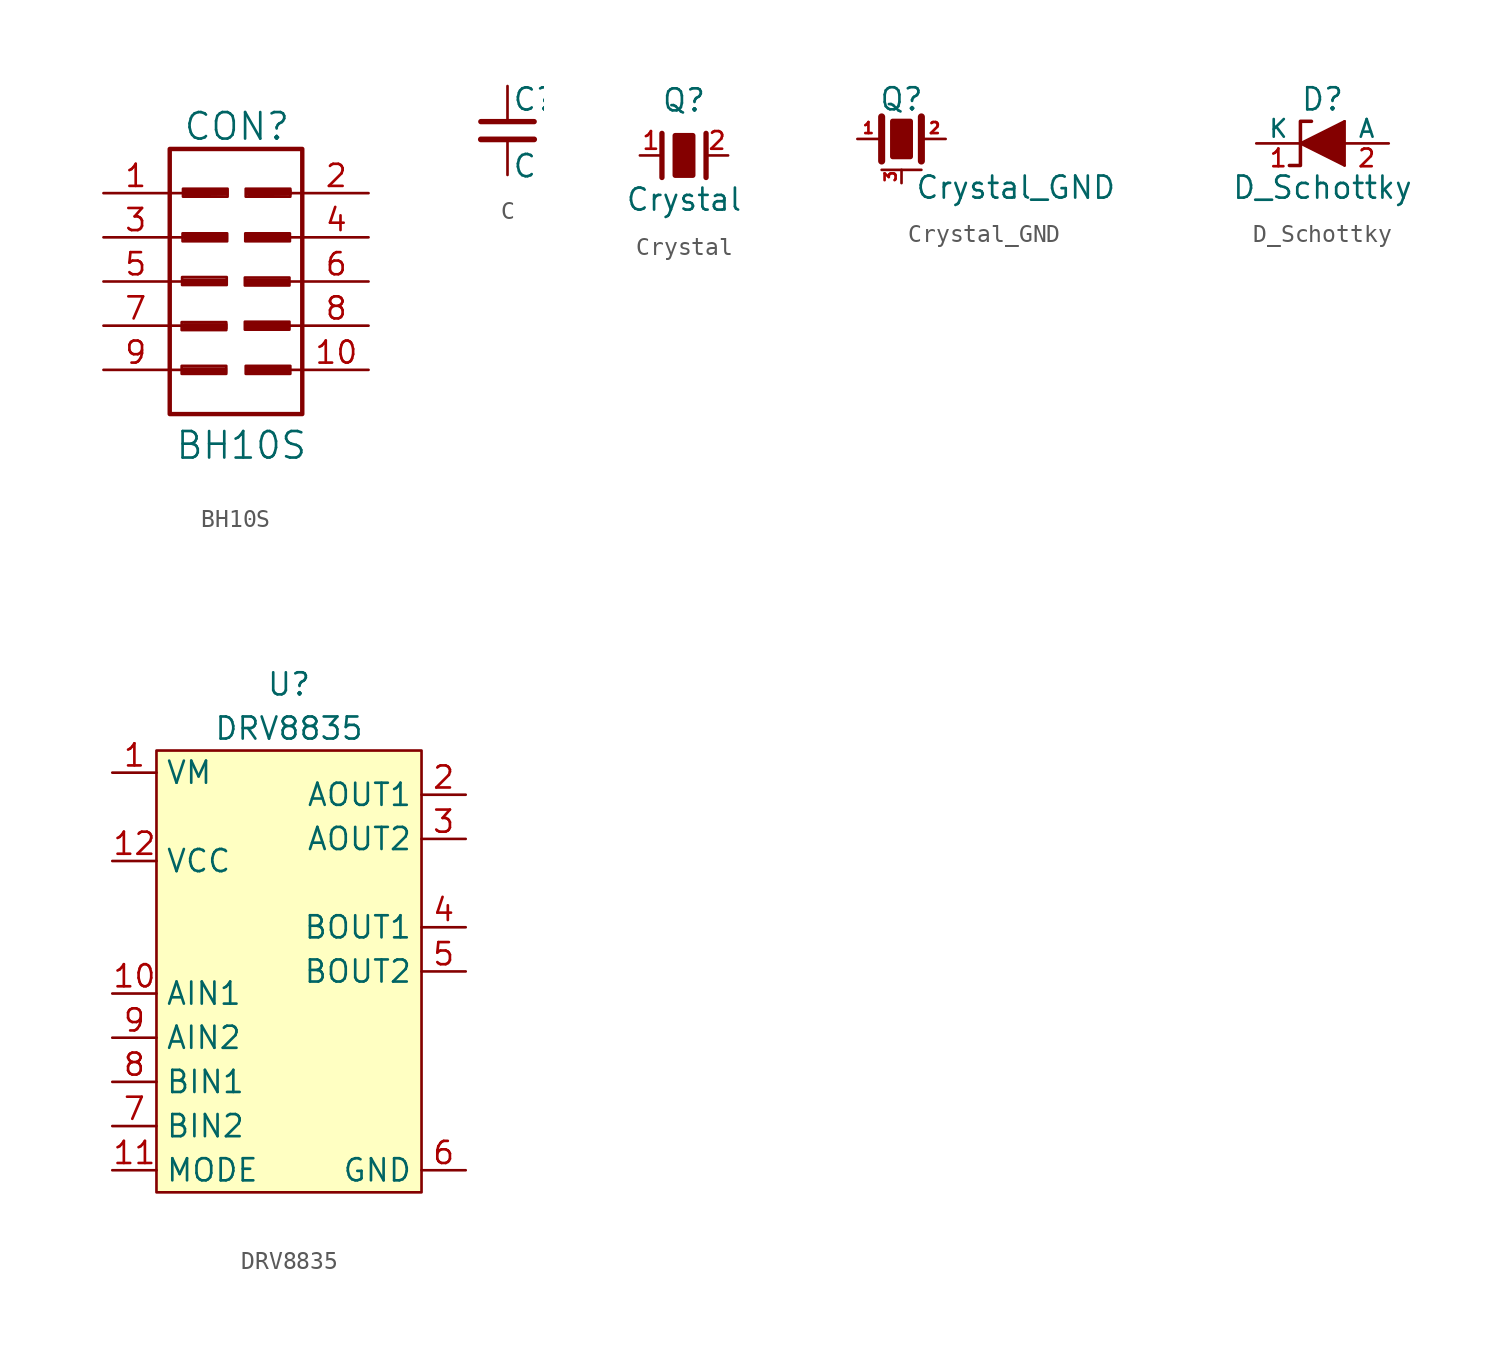
<source format=kicad_sym>
(kicad_symbol_lib
  (version 20211014)
  (generator kicad_symbol_editor)
  (symbol "BH10S"
    (pin_names
      (offset 1.016) hide)
    (property "Reference" "CON"
      (at 0.051 8.915 0)
      (effects (font (size 1.524 1.524))))
    (property "Value" "BH10S"
      (at 0.305 -9.423 0)
      (effects (font (size 1.524 1.524))))
    (property "Footprint" ""
      (at -0.203 -1.194 0)
      (effects (font (size 1.524 1.524))))
    (property "Datasheet" ""
      (at -0.203 -1.194 0)
      (effects (font (size 1.524 1.524))))
    (symbol "BH10S_0_0"
      (rectangle (start -3.124 -4.851) (end -0.559 -5.309) (stroke (width 0) (type default) (color 0 0 0 0)) (fill (type none)))
      (rectangle (start -3.124 -2.337) (end -0.559 -2.794) (stroke (width 0) (type default) (color 0 0 0 0)) (fill (type none)))
      (rectangle (start -3.099 0.254) (end -0.533 -0.203) (stroke (width 0) (type default) (color 0 0 0 0)) (fill (type none)))
      (rectangle (start -3.073 2.769) (end -0.508 2.311) (stroke (width 0) (type default) (color 0 0 0 0)) (fill (type none)))
      (rectangle (start -3.048 5.334) (end -0.483 4.877) (stroke (width 0) (type default) (color 0 0 0 0)) (fill (type none)))
      (polyline (pts (xy -3.023 -5.004) (xy -0.584 -5.004) (xy -0.584 -5.232) (xy -2.997 -5.258) (xy -3.023 -5.08) (xy -0.711 -5.08) (xy -0.711 -5.156) (xy -2.997 -5.105)) (stroke (width 0) (type default) (color 0 0 0 0)) (fill (type none)))
      (polyline (pts (xy -3.023 0.102) (xy -0.584 0.102) (xy -0.584 -0.127) (xy -2.997 -0.152) (xy -3.023 0.025) (xy -0.711 0.025) (xy -0.711 -0.051) (xy -2.997 0)) (stroke (width 0) (type default) (color 0 0 0 0)) (fill (type none)))
      (polyline (pts (xy -2.997 -2.464) (xy -0.559 -2.464) (xy -0.559 -2.692) (xy -2.972 -2.718) (xy -2.997 -2.54) (xy -0.686 -2.54) (xy -0.686 -2.616) (xy -2.972 -2.565)) (stroke (width 0) (type default) (color 0 0 0 0)) (fill (type none)))
      (polyline (pts (xy -2.972 2.667) (xy -0.533 2.667) (xy -0.533 2.438) (xy -2.946 2.413) (xy -2.972 2.591) (xy -0.66 2.591) (xy -0.66 2.515) (xy -2.946 2.565)) (stroke (width 0) (type default) (color 0 0 0 0)) (fill (type none)))
      (polyline (pts (xy -2.946 5.232) (xy -0.508 5.232) (xy -0.508 5.004) (xy -2.921 4.978) (xy -2.946 5.156) (xy -0.635 5.156) (xy -0.635 5.08) (xy -2.921 5.131)) (stroke (width 0) (type default) (color 0 0 0 0)) (fill (type none)))
      (polyline (pts (xy 0.559 0.102) (xy 2.997 0.102) (xy 2.997 -0.127) (xy 0.584 -0.152) (xy 0.559 0.025) (xy 2.87 0.025) (xy 2.87 -0.051) (xy 0.584 0)) (stroke (width 0) (type default) (color 0 0 0 0)) (fill (type none)))
      (polyline (pts (xy 0.584 -2.438) (xy 3.023 -2.438) (xy 3.023 -2.667) (xy 0.61 -2.692) (xy 0.584 -2.515) (xy 2.896 -2.515) (xy 2.896 -2.591) (xy 0.61 -2.54)) (stroke (width 0) (type default) (color 0 0 0 0)) (fill (type none)))
      (polyline (pts (xy 0.584 2.667) (xy 3.023 2.667) (xy 3.023 2.438) (xy 0.61 2.413) (xy 0.584 2.591) (xy 2.896 2.591) (xy 2.896 2.515) (xy 0.61 2.565)) (stroke (width 0) (type default) (color 0 0 0 0)) (fill (type none)))
      (polyline (pts (xy 0.635 -4.953) (xy 3.073 -4.953) (xy 3.073 -5.182) (xy 0.66 -5.207) (xy 0.635 -5.029) (xy 2.946 -5.029) (xy 2.946 -5.105) (xy 0.66 -5.055)) (stroke (width 0) (type default) (color 0 0 0 0)) (fill (type none)))
      (polyline (pts (xy 0.686 5.232) (xy 3.124 5.232) (xy 3.124 5.004) (xy 0.711 4.978) (xy 0.686 5.156) (xy 2.997 5.156) (xy 2.997 5.08) (xy 0.711 5.131)) (stroke (width 0) (type default) (color 0 0 0 0)) (fill (type none)))
      (rectangle (start 0.508 -2.311) (end 3.073 -2.769) (stroke (width 0) (type default) (color 0 0 0 0)) (fill (type none)))
      (rectangle (start 0.508 0.229) (end 3.073 -0.229) (stroke (width 0) (type default) (color 0 0 0 0)) (fill (type none)))
      (rectangle (start 0.533 2.769) (end 3.099 2.311) (stroke (width 0) (type default) (color 0 0 0 0)) (fill (type none)))
      (rectangle (start 0.559 -4.851) (end 3.124 -5.309) (stroke (width 0) (type default) (color 0 0 0 0)) (fill (type none)))
      (rectangle (start 0.559 5.334) (end 3.124 4.877) (stroke (width 0) (type default) (color 0 0 0 0)) (fill (type none))))
    (symbol "BH10S_0_1"
      (rectangle (start -3.81 7.62) (end 3.81 -7.62) (stroke (width 0.254) (type default) (color 0 0 0 0)) (fill (type none)))
      (polyline (pts (xy -3.81 -5.08) (xy -3.048 -5.08)) (stroke (width 0) (type default) (color 0 0 0 0)) (fill (type none)))
      (polyline (pts (xy -3.81 -2.54) (xy -3.048 -2.54)) (stroke (width 0) (type default) (color 0 0 0 0)) (fill (type none)))
      (polyline (pts (xy -3.81 0) (xy -3.048 0)) (stroke (width 0) (type default) (color 0 0 0 0)) (fill (type none)))
      (polyline (pts (xy -3.81 2.54) (xy -3.048 2.54)) (stroke (width 0) (type default) (color 0 0 0 0)) (fill (type none)))
      (polyline (pts (xy -3.81 5.08) (xy -3.048 5.08)) (stroke (width 0) (type default) (color 0 0 0 0)) (fill (type none)))
      (polyline (pts (xy 3.81 -5.08) (xy 3.048 -5.08)) (stroke (width 0) (type default) (color 0 0 0 0)) (fill (type none)))
      (polyline (pts (xy 3.81 -2.54) (xy 3.048 -2.54)) (stroke (width 0) (type default) (color 0 0 0 0)) (fill (type none)))
      (polyline (pts (xy 3.81 0) (xy 3.048 0)) (stroke (width 0) (type default) (color 0 0 0 0)) (fill (type none)))
      (polyline (pts (xy 3.81 2.54) (xy 3.048 2.54)) (stroke (width 0) (type default) (color 0 0 0 0)) (fill (type none)))
      (polyline (pts (xy 3.81 5.08) (xy 3.048 5.08)) (stroke (width 0) (type default) (color 0 0 0 0)) (fill (type none))))
    (symbol "BH10S_1_1"
      (pin passive line (at -7.62 5.08 0) (length 3.708) (name "1" (effects (font (size 1.27 1.27)))) (number "1" (effects (font (size 1.27 1.27)))))
      (pin passive line (at 7.62 -5.08 180) (length 3.708) (name "10" (effects (font (size 1.27 1.27)))) (number "10" (effects (font (size 1.27 1.27)))))
      (pin passive line (at 7.62 5.08 180) (length 3.708) (name "2" (effects (font (size 1.27 1.27)))) (number "2" (effects (font (size 1.27 1.27)))))
      (pin passive line (at -7.62 2.54 0) (length 3.708) (name "3" (effects (font (size 1.27 1.27)))) (number "3" (effects (font (size 1.27 1.27)))))
      (pin passive line (at 7.62 2.54 180) (length 3.708) (name "4" (effects (font (size 1.27 1.27)))) (number "4" (effects (font (size 1.27 1.27)))))
      (pin passive line (at -7.62 0 0) (length 3.708) (name "5" (effects (font (size 1.27 1.27)))) (number "5" (effects (font (size 1.27 1.27)))))
      (pin passive line (at 7.62 0 180) (length 3.708) (name "6" (effects (font (size 1.27 1.27)))) (number "6" (effects (font (size 1.27 1.27)))))
      (pin passive line (at -7.62 -2.54 0) (length 3.708) (name "7" (effects (font (size 1.27 1.27)))) (number "7" (effects (font (size 1.27 1.27)))))
      (pin passive line (at 7.62 -2.54 180) (length 3.708) (name "8" (effects (font (size 1.27 1.27)))) (number "8" (effects (font (size 1.27 1.27)))))
      (pin passive line (at -7.62 -5.08 0) (length 3.708) (name "9" (effects (font (size 1.27 1.27)))) (number "9" (effects (font (size 1.27 1.27)))))))
  (symbol "C"
    (pin_numbers hide)
    (pin_names
      (offset 0.254) hide)
    (property "Reference" "C"
      (at 0.254 1.778 0)
      (effects (font (size 1.27 1.27)) (justify left)))
    (property "Value" "C"
      (at 0.254 -2.032 0)
      (effects (font (size 1.27 1.27)) (justify left)))
    (property "Footprint" ""
      (at 0 0 0)
      (effects (font (size 1.524 1.524))))
    (property "Datasheet" ""
      (at 0 0 0)
      (effects (font (size 1.524 1.524))))
    (symbol "C_0_1"
      (polyline (pts (xy -1.524 -0.508) (xy 1.524 -0.508)) (stroke (width 0.33) (type default) (color 0 0 0 0)) (fill (type none)))
      (polyline (pts (xy -1.524 0.508) (xy 1.524 0.508)) (stroke (width 0.305) (type default) (color 0 0 0 0)) (fill (type none))))
    (symbol "C_1_1"
      (pin passive line (at 0 2.54 270) (length 1.905) (name "~" (effects (font (size 1.016 1.016)))) (number "1" (effects (font (size 1.016 1.016)))))
      (pin passive line (at 0 -2.54 90) (length 2.032) (name "~" (effects (font (size 1.016 1.016)))) (number "2" (effects (font (size 1.016 1.016)))))))
  (symbol "Crystal"
    (pin_names
      (offset 1.016) hide)
    (property "Reference" "Q"
      (at 0 3.175 0)
      (effects (font (size 1.27 1.27))))
    (property "Value" "Crystal"
      (at 0 -2.54 0)
      (effects (font (size 1.27 1.27))))
    (property "Footprint" ""
      (at 0 0 0)
      (effects (font (size 1.524 1.524))))
    (property "Datasheet" ""
      (at 0 0 0)
      (effects (font (size 1.524 1.524))))
    (symbol "Crystal_0_1"
      (rectangle (start -0.508 1.143) (end 0.508 -1.143) (stroke (width 0.305) (type default) (color 0 0 0 0)) (fill (type outline)))
      (polyline (pts (xy -1.27 -1.27) (xy -1.27 1.27)) (stroke (width 0.305) (type default) (color 0 0 0 0)) (fill (type none)))
      (polyline (pts (xy 1.27 -1.27) (xy 1.27 1.27)) (stroke (width 0.305) (type default) (color 0 0 0 0)) (fill (type none))))
    (symbol "Crystal_1_1"
      (pin passive line (at -2.54 0 0) (length 1.27) (name "1" (effects (font (size 1.016 1.016)))) (number "1" (effects (font (size 1.016 1.016)))))
      (pin passive line (at 2.54 0 180) (length 1.27) (name "2" (effects (font (size 1.016 1.016)))) (number "2" (effects (font (size 1.016 1.016)))))))
  (symbol "Crystal_GND"
    (pin_names
      (offset 1.016) hide)
    (property "Reference" "Q"
      (at 0 2.286 0)
      (effects (font (size 1.27 1.27))))
    (property "Value" "Crystal_GND"
      (at 0.762 -2.794 0)
      (effects (font (size 1.27 1.27)) (justify left)))
    (property "Footprint" ""
      (at 0 0 0)
      (effects (font (size 1.524 1.524))))
    (property "Datasheet" ""
      (at 0 0 0)
      (effects (font (size 1.524 1.524))))
    (symbol "Crystal_GND_0_1"
      (polyline (pts (xy -1.143 -1.778) (xy 1.143 -1.778)) (stroke (width 0) (type default) (color 0 0 0 0)) (fill (type none)))
      (polyline (pts (xy -1.143 1.27) (xy -1.143 -1.27)) (stroke (width 0.406) (type default) (color 0 0 0 0)) (fill (type none)))
      (polyline (pts (xy 1.143 1.27) (xy 1.143 -1.27)) (stroke (width 0.406) (type default) (color 0 0 0 0)) (fill (type none)))
      (polyline (pts (xy -0.508 1.016) (xy 0.508 1.016) (xy 0.508 -1.016) (xy -0.508 -1.016) (xy -0.508 1.016)) (stroke (width 0.305) (type default) (color 0 0 0 0)) (fill (type outline))))
    (symbol "Crystal_GND_1_1"
      (pin passive line (at -2.54 0 0) (length 1.27) (name "1" (effects (font (size 0.508 0.508)))) (number "1" (effects (font (size 0.635 0.635)))))
      (pin passive line (at 2.54 0 180) (length 1.27) (name "2" (effects (font (size 0.508 0.508)))) (number "2" (effects (font (size 0.635 0.635)))))
      (pin passive line (at 0 -2.54 90) (length 0.762) (name "case" (effects (font (size 0.508 0.508)))) (number "3" (effects (font (size 0.635 0.635)))))))
  (symbol "D_Schottky"
    (pin_names
      (offset 0))
    (property "Reference" "D"
      (at 0 2.54 0)
      (effects (font (size 1.27 1.27))))
    (property "Value" "D_Schottky"
      (at 0 -2.54 0)
      (effects (font (size 1.27 1.27))))
    (property "Footprint" ""
      (at 0 0 0)
      (effects (font (size 1.524 1.524))))
    (property "Datasheet" ""
      (at 0 0 0)
      (effects (font (size 1.524 1.524))))
    (symbol "D_Schottky_0_1"
      (polyline (pts (xy 1.27 -1.27) (xy -1.27 0) (xy 1.27 1.27)) (stroke (width 0) (type default) (color 0 0 0 0)) (fill (type outline)))
      (polyline (pts (xy -0.635 1.27) (xy -1.27 1.27) (xy -1.27 -1.27) (xy -1.905 -1.27)) (stroke (width 0.203) (type default) (color 0 0 0 0)) (fill (type none)))
      (rectangle (start 1.27 1.27) (end 1.27 -1.27) (stroke (width 0) (type default) (color 0 0 0 0)) (fill (type none))))
    (symbol "D_Schottky_1_1"
      (pin passive line (at -3.81 0 0) (length 2.54) (name "K" (effects (font (size 1.016 1.016)))) (number "1" (effects (font (size 1.016 1.016)))))
      (pin passive line (at 3.81 0 180) (length 2.54) (name "A" (effects (font (size 1.016 1.016)))) (number "2" (effects (font (size 1.016 1.016)))))))
  (symbol "DRV8835"
    (property "Reference" "U"
      (at 0 16.51 0)
      (effects (font (size 1.27 1.27))))
    (property "Value" "DRV8835"
      (at 0 13.97 0)
      (effects (font (size 1.27 1.27))))
    (symbol "DRV8835_0_1"
      (rectangle (start -7.62 12.7) (end 7.62 -12.7) (stroke (width 0) (type default) (color 0 0 0 0)) (fill (type background))))
    (symbol "DRV8835_1_1"
      (pin power_in line (at -10.16 11.43 0) (length 2.54) (name "VM" (effects (font (size 1.27 1.27)))) (number "1" (effects (font (size 1.27 1.27)))))
      (pin input line (at -10.16 -1.27 0) (length 2.54) (name "AIN1" (effects (font (size 1.27 1.27)))) (number "10" (effects (font (size 1.27 1.27)))))
      (pin input line (at -10.16 -11.43 0) (length 2.54) (name "MODE" (effects (font (size 1.27 1.27)))) (number "11" (effects (font (size 1.27 1.27)))))
      (pin power_in line (at -10.16 6.35 0) (length 2.54) (name "VCC" (effects (font (size 1.27 1.27)))) (number "12" (effects (font (size 1.27 1.27)))))
      (pin input line (at 10.16 -11.43 180) (length 2.54) hide (name "GND" (effects (font (size 1.27 1.27)))) (number "13" (effects (font (size 1.27 1.27)))))
      (pin output line (at 10.16 10.16 180) (length 2.54) (name "AOUT1" (effects (font (size 1.27 1.27)))) (number "2" (effects (font (size 1.27 1.27)))))
      (pin output line (at 10.16 7.62 180) (length 2.54) (name "AOUT2" (effects (font (size 1.27 1.27)))) (number "3" (effects (font (size 1.27 1.27)))))
      (pin output line (at 10.16 2.54 180) (length 2.54) (name "BOUT1" (effects (font (size 1.27 1.27)))) (number "4" (effects (font (size 1.27 1.27)))))
      (pin output line (at 10.16 0 180) (length 2.54) (name "BOUT2" (effects (font (size 1.27 1.27)))) (number "5" (effects (font (size 1.27 1.27)))))
      (pin input line (at 10.16 -11.43 180) (length 2.54) (name "GND" (effects (font (size 1.27 1.27)))) (number "6" (effects (font (size 1.27 1.27)))))
      (pin input line (at -10.16 -8.89 0) (length 2.54) (name "BIN2" (effects (font (size 1.27 1.27)))) (number "7" (effects (font (size 1.27 1.27)))))
      (pin input line (at -10.16 -6.35 0) (length 2.54) (name "BIN1" (effects (font (size 1.27 1.27)))) (number "8" (effects (font (size 1.27 1.27)))))
      (pin input line (at -10.16 -3.81 0) (length 2.54) (name "AIN2" (effects (font (size 1.27 1.27)))) (number "9" (effects (font (size 1.27 1.27))))))))
</source>
